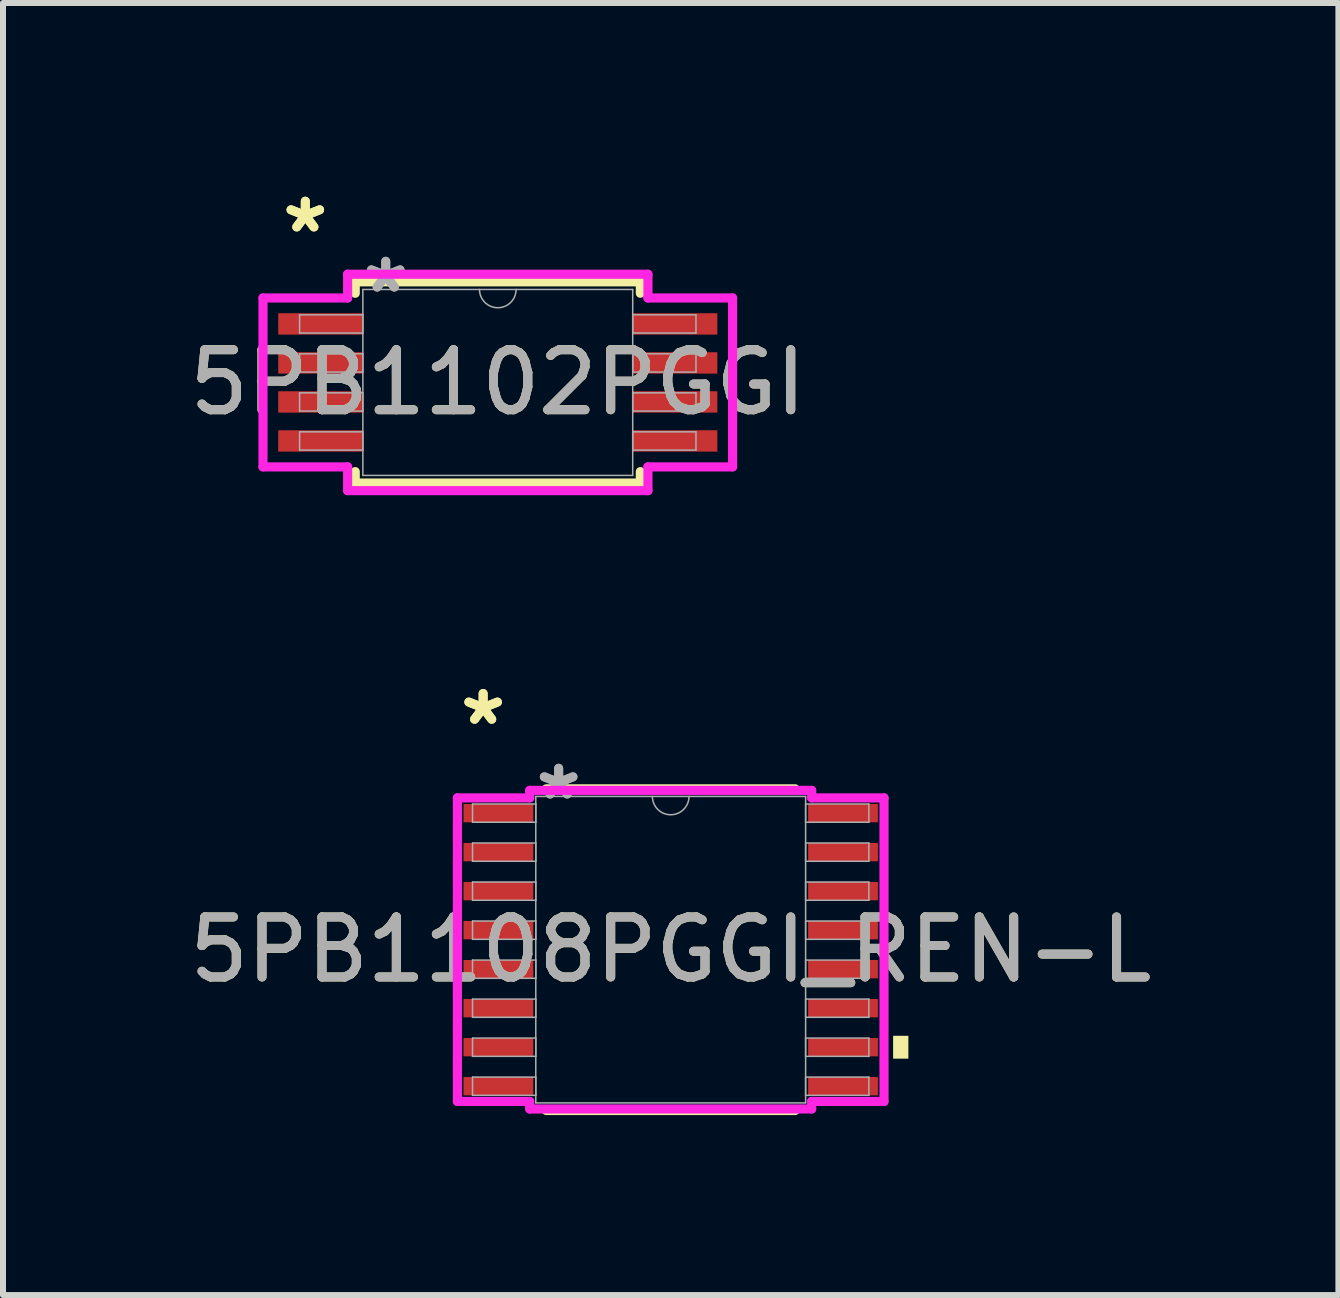
<source format=kicad_pcb>
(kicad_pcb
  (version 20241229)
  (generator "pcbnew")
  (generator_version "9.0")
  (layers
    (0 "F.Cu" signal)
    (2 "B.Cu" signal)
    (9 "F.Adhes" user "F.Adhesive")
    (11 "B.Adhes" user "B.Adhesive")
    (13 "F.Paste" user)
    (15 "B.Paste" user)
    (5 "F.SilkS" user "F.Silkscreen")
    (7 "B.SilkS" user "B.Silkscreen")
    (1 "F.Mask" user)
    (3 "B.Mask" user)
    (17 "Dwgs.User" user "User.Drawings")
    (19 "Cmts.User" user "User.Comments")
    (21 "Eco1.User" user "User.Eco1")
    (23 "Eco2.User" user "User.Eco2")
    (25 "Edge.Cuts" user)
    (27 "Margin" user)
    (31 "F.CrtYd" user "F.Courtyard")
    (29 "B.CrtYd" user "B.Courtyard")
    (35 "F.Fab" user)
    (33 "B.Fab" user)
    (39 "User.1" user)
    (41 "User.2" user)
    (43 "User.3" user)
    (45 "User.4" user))
  (footprint "5PB1108PGGI_REN-L"
    (layer "F.Cu")
    (at 8.125 12.773)
    (property "Reference" "5PB1108PGGI_REN-L" (at 0 0 0) (unlocked yes) (layer "F.SilkS") (effects (font (size 1 1) (thickness 0.15))))
    (attr smd)
    (fp_line (start -2.073 2.68) (end 2.073 2.68) (stroke (width 0.152) (type solid)) (layer "F.SilkS"))
    (fp_line (start 2.073 -2.68) (end -2.073 -2.68) (stroke (width 0.152) (type solid)) (layer "F.SilkS"))
    (fp_poly (pts (xy 3.96 1.435) (xy 3.96 1.816) (xy 3.706 1.816) (xy 3.706 1.435)) (stroke (width 0) (type solid)) (fill yes) (layer "F.SilkS"))
    (fp_line (start -3.554 -2.529) (end -2.349 -2.529) (stroke (width 0.152) (type solid)) (layer "F.CrtYd"))
    (fp_line (start -3.554 2.529) (end -3.554 -2.529) (stroke (width 0.152) (type solid)) (layer "F.CrtYd"))
    (fp_line (start -3.554 2.529) (end -2.349 2.529) (stroke (width 0.152) (type solid)) (layer "F.CrtYd"))
    (fp_line (start -2.349 -2.654) (end 2.349 -2.654) (stroke (width 0.152) (type solid)) (layer "F.CrtYd"))
    (fp_line (start -2.349 -2.529) (end -2.349 -2.654) (stroke (width 0.152) (type solid)) (layer "F.CrtYd"))
    (fp_line (start -2.349 2.654) (end -2.349 2.529) (stroke (width 0.152) (type solid)) (layer "F.CrtYd"))
    (fp_line (start 2.349 -2.654) (end 2.349 -2.529) (stroke (width 0.152) (type solid)) (layer "F.CrtYd"))
    (fp_line (start 2.349 2.529) (end 2.349 2.654) (stroke (width 0.152) (type solid)) (layer "F.CrtYd"))
    (fp_line (start 2.349 2.654) (end -2.349 2.654) (stroke (width 0.152) (type solid)) (layer "F.CrtYd"))
    (fp_line (start 3.554 -2.529) (end 2.349 -2.529) (stroke (width 0.152) (type solid)) (layer "F.CrtYd"))
    (fp_line (start 3.554 -2.529) (end 3.554 2.529) (stroke (width 0.152) (type solid)) (layer "F.CrtYd"))
    (fp_line (start 3.554 2.529) (end 2.349 2.529) (stroke (width 0.152) (type solid)) (layer "F.CrtYd"))
    (fp_line (start -3.302 -2.427) (end -3.302 -2.123) (stroke (width 0.025) (type solid)) (layer "F.Fab"))
    (fp_line (start -3.302 -2.123) (end -2.248 -2.123) (stroke (width 0.025) (type solid)) (layer "F.Fab"))
    (fp_line (start -3.302 -1.777) (end -3.302 -1.473) (stroke (width 0.025) (type solid)) (layer "F.Fab"))
    (fp_line (start -3.302 -1.473) (end -2.248 -1.473) (stroke (width 0.025) (type solid)) (layer "F.Fab"))
    (fp_line (start -3.302 -1.127) (end -3.302 -0.823) (stroke (width 0.025) (type solid)) (layer "F.Fab"))
    (fp_line (start -3.302 -0.823) (end -2.248 -0.823) (stroke (width 0.025) (type solid)) (layer "F.Fab"))
    (fp_line (start -3.302 -0.477) (end -3.302 -0.173) (stroke (width 0.025) (type solid)) (layer "F.Fab"))
    (fp_line (start -3.302 -0.173) (end -2.248 -0.173) (stroke (width 0.025) (type solid)) (layer "F.Fab"))
    (fp_line (start -3.302 0.173) (end -3.302 0.477) (stroke (width 0.025) (type solid)) (layer "F.Fab"))
    (fp_line (start -3.302 0.477) (end -2.248 0.477) (stroke (width 0.025) (type solid)) (layer "F.Fab"))
    (fp_line (start -3.302 0.823) (end -3.302 1.127) (stroke (width 0.025) (type solid)) (layer "F.Fab"))
    (fp_line (start -3.302 1.127) (end -2.248 1.127) (stroke (width 0.025) (type solid)) (layer "F.Fab"))
    (fp_line (start -3.302 1.473) (end -3.302 1.777) (stroke (width 0.025) (type solid)) (layer "F.Fab"))
    (fp_line (start -3.302 1.777) (end -2.248 1.777) (stroke (width 0.025) (type solid)) (layer "F.Fab"))
    (fp_line (start -3.302 2.123) (end -3.302 2.427) (stroke (width 0.025) (type solid)) (layer "F.Fab"))
    (fp_line (start -3.302 2.427) (end -2.248 2.427) (stroke (width 0.025) (type solid)) (layer "F.Fab"))
    (fp_line (start -2.248 -2.553) (end -2.248 2.553) (stroke (width 0.025) (type solid)) (layer "F.Fab"))
    (fp_line (start -2.248 -2.427) (end -3.302 -2.427) (stroke (width 0.025) (type solid)) (layer "F.Fab"))
    (fp_line (start -2.248 -2.123) (end -2.248 -2.427) (stroke (width 0.025) (type solid)) (layer "F.Fab"))
    (fp_line (start -2.248 -1.777) (end -3.302 -1.777) (stroke (width 0.025) (type solid)) (layer "F.Fab"))
    (fp_line (start -2.248 -1.473) (end -2.248 -1.777) (stroke (width 0.025) (type solid)) (layer "F.Fab"))
    (fp_line (start -2.248 -1.127) (end -3.302 -1.127) (stroke (width 0.025) (type solid)) (layer "F.Fab"))
    (fp_line (start -2.248 -0.823) (end -2.248 -1.127) (stroke (width 0.025) (type solid)) (layer "F.Fab"))
    (fp_line (start -2.248 -0.477) (end -3.302 -0.477) (stroke (width 0.025) (type solid)) (layer "F.Fab"))
    (fp_line (start -2.248 -0.173) (end -2.248 -0.477) (stroke (width 0.025) (type solid)) (layer "F.Fab"))
    (fp_line (start -2.248 0.173) (end -3.302 0.173) (stroke (width 0.025) (type solid)) (layer "F.Fab"))
    (fp_line (start -2.248 0.477) (end -2.248 0.173) (stroke (width 0.025) (type solid)) (layer "F.Fab"))
    (fp_line (start -2.248 0.823) (end -3.302 0.823) (stroke (width 0.025) (type solid)) (layer "F.Fab"))
    (fp_line (start -2.248 1.127) (end -2.248 0.823) (stroke (width 0.025) (type solid)) (layer "F.Fab"))
    (fp_line (start -2.248 1.473) (end -3.302 1.473) (stroke (width 0.025) (type solid)) (layer "F.Fab"))
    (fp_line (start -2.248 1.777) (end -2.248 1.473) (stroke (width 0.025) (type solid)) (layer "F.Fab"))
    (fp_line (start -2.248 2.123) (end -3.302 2.123) (stroke (width 0.025) (type solid)) (layer "F.Fab"))
    (fp_line (start -2.248 2.427) (end -2.248 2.123) (stroke (width 0.025) (type solid)) (layer "F.Fab"))
    (fp_line (start -2.248 2.553) (end 2.248 2.553) (stroke (width 0.025) (type solid)) (layer "F.Fab"))
    (fp_line (start 2.248 -2.553) (end -2.248 -2.553) (stroke (width 0.025) (type solid)) (layer "F.Fab"))
    (fp_line (start 2.248 -2.427) (end 2.248 -2.123) (stroke (width 0.025) (type solid)) (layer "F.Fab"))
    (fp_line (start 2.248 -2.123) (end 3.302 -2.123) (stroke (width 0.025) (type solid)) (layer "F.Fab"))
    (fp_line (start 2.248 -1.777) (end 2.248 -1.473) (stroke (width 0.025) (type solid)) (layer "F.Fab"))
    (fp_line (start 2.248 -1.473) (end 3.302 -1.473) (stroke (width 0.025) (type solid)) (layer "F.Fab"))
    (fp_line (start 2.248 -1.127) (end 2.248 -0.823) (stroke (width 0.025) (type solid)) (layer "F.Fab"))
    (fp_line (start 2.248 -0.823) (end 3.302 -0.823) (stroke (width 0.025) (type solid)) (layer "F.Fab"))
    (fp_line (start 2.248 -0.477) (end 2.248 -0.173) (stroke (width 0.025) (type solid)) (layer "F.Fab"))
    (fp_line (start 2.248 -0.173) (end 3.302 -0.173) (stroke (width 0.025) (type solid)) (layer "F.Fab"))
    (fp_line (start 2.248 0.173) (end 2.248 0.477) (stroke (width 0.025) (type solid)) (layer "F.Fab"))
    (fp_line (start 2.248 0.477) (end 3.302 0.477) (stroke (width 0.025) (type solid)) (layer "F.Fab"))
    (fp_line (start 2.248 0.823) (end 2.248 1.127) (stroke (width 0.025) (type solid)) (layer "F.Fab"))
    (fp_line (start 2.248 1.127) (end 3.302 1.127) (stroke (width 0.025) (type solid)) (layer "F.Fab"))
    (fp_line (start 2.248 1.473) (end 2.248 1.777) (stroke (width 0.025) (type solid)) (layer "F.Fab"))
    (fp_line (start 2.248 1.777) (end 3.302 1.777) (stroke (width 0.025) (type solid)) (layer "F.Fab"))
    (fp_line (start 2.248 2.123) (end 2.248 2.427) (stroke (width 0.025) (type solid)) (layer "F.Fab"))
    (fp_line (start 2.248 2.427) (end 3.302 2.427) (stroke (width 0.025) (type solid)) (layer "F.Fab"))
    (fp_line (start 2.248 2.553) (end 2.248 -2.553) (stroke (width 0.025) (type solid)) (layer "F.Fab"))
    (fp_line (start 3.302 -2.427) (end 2.248 -2.427) (stroke (width 0.025) (type solid)) (layer "F.Fab"))
    (fp_line (start 3.302 -2.123) (end 3.302 -2.427) (stroke (width 0.025) (type solid)) (layer "F.Fab"))
    (fp_line (start 3.302 -1.777) (end 2.248 -1.777) (stroke (width 0.025) (type solid)) (layer "F.Fab"))
    (fp_line (start 3.302 -1.473) (end 3.302 -1.777) (stroke (width 0.025) (type solid)) (layer "F.Fab"))
    (fp_line (start 3.302 -1.127) (end 2.248 -1.127) (stroke (width 0.025) (type solid)) (layer "F.Fab"))
    (fp_line (start 3.302 -0.823) (end 3.302 -1.127) (stroke (width 0.025) (type solid)) (layer "F.Fab"))
    (fp_line (start 3.302 -0.477) (end 2.248 -0.477) (stroke (width 0.025) (type solid)) (layer "F.Fab"))
    (fp_line (start 3.302 -0.173) (end 3.302 -0.477) (stroke (width 0.025) (type solid)) (layer "F.Fab"))
    (fp_line (start 3.302 0.173) (end 2.248 0.173) (stroke (width 0.025) (type solid)) (layer "F.Fab"))
    (fp_line (start 3.302 0.477) (end 3.302 0.173) (stroke (width 0.025) (type solid)) (layer "F.Fab"))
    (fp_line (start 3.302 0.823) (end 2.248 0.823) (stroke (width 0.025) (type solid)) (layer "F.Fab"))
    (fp_line (start 3.302 1.127) (end 3.302 0.823) (stroke (width 0.025) (type solid)) (layer "F.Fab"))
    (fp_line (start 3.302 1.473) (end 2.248 1.473) (stroke (width 0.025) (type solid)) (layer "F.Fab"))
    (fp_line (start 3.302 1.777) (end 3.302 1.473) (stroke (width 0.025) (type solid)) (layer "F.Fab"))
    (fp_line (start 3.302 2.123) (end 2.248 2.123) (stroke (width 0.025) (type solid)) (layer "F.Fab"))
    (fp_line (start 3.302 2.427) (end 3.302 2.123) (stroke (width 0.025) (type solid)) (layer "F.Fab"))
    (fp_arc (start 0.3048 -2.5527) (mid 0 -2.2479) (end -0.3048 -2.5527) (stroke (width 0.0254) (type solid)) (layer "F.Fab"))
    (fp_text user "*" (at -3.125 -3.723 0) (layer "F.SilkS") (effects (font (size 1 1) (thickness 0.15))))
    (fp_text user "*" (at -3.125 -3.723 0) (unlocked yes) (layer "F.SilkS") (effects (font (size 1 1) (thickness 0.15))))
    (fp_text user "*" (at -1.867 -2.477 0) (unlocked yes) (layer "F.Fab") (effects (font (size 1 1) (thickness 0.15))))
    (fp_text user "*" (at -1.867 -2.477 0) (layer "F.Fab") (effects (font (size 1 1) (thickness 0.15))))
    (fp_text user "${REFERENCE}" (at 0 0 0) (unlocked yes) (layer "F.Fab") (effects (font (size 1 1) (thickness 0.15))))
    (pad "1" smd rect (at -2.871 -2.275) (size 1.162 0.305) (layers "F.Cu" "F.Mask" "F.Paste"))
    (pad "2" smd rect (at -2.871 -1.625) (size 1.162 0.305) (layers "F.Cu" "F.Mask" "F.Paste"))
    (pad "3" smd rect (at -2.871 -0.975) (size 1.162 0.305) (layers "F.Cu" "F.Mask" "F.Paste"))
    (pad "4" smd rect (at -2.871 -0.325) (size 1.162 0.305) (layers "F.Cu" "F.Mask" "F.Paste"))
    (pad "5" smd rect (at -2.871 0.325) (size 1.162 0.305) (layers "F.Cu" "F.Mask" "F.Paste"))
    (pad "6" smd rect (at -2.871 0.975) (size 1.162 0.305) (layers "F.Cu" "F.Mask" "F.Paste"))
    (pad "7" smd rect (at -2.871 1.625) (size 1.162 0.305) (layers "F.Cu" "F.Mask" "F.Paste"))
    (pad "8" smd rect (at -2.871 2.275) (size 1.162 0.305) (layers "F.Cu" "F.Mask" "F.Paste"))
    (pad "9" smd rect (at 2.871 2.275) (size 1.162 0.305) (layers "F.Cu" "F.Mask" "F.Paste"))
    (pad "10" smd rect (at 2.871 1.625) (size 1.162 0.305) (layers "F.Cu" "F.Mask" "F.Paste"))
    (pad "11" smd rect (at 2.871 0.975) (size 1.162 0.305) (layers "F.Cu" "F.Mask" "F.Paste"))
    (pad "12" smd rect (at 2.871 0.325) (size 1.162 0.305) (layers "F.Cu" "F.Mask" "F.Paste"))
    (pad "13" smd rect (at 2.871 -0.325) (size 1.162 0.305) (layers "F.Cu" "F.Mask" "F.Paste"))
    (pad "14" smd rect (at 2.871 -0.975) (size 1.162 0.305) (layers "F.Cu" "F.Mask" "F.Paste"))
    (pad "15" smd rect (at 2.871 -1.625) (size 1.162 0.305) (layers "F.Cu" "F.Mask" "F.Paste"))
    (pad "16" smd rect (at 2.871 -2.275) (size 1.162 0.305) (layers "F.Cu" "F.Mask" "F.Paste")))
  (footprint "5PB1102PGGI"
    (layer "F.Cu")
    (at 5.244 3.322)
    (property "Reference" "5PB1102PGGI" (at 0 0 0) (unlocked yes) (layer "F.SilkS") (effects (font (size 1 1) (thickness 0.15))))
    (attr smd)
    (fp_line (start -2.375 -1.676) (end -2.375 -1.486) (stroke (width 0.152) (type solid)) (layer "F.SilkS"))
    (fp_line (start -2.375 1.486) (end -2.375 1.676) (stroke (width 0.152) (type solid)) (layer "F.SilkS"))
    (fp_line (start -2.375 1.676) (end 2.375 1.676) (stroke (width 0.152) (type solid)) (layer "F.SilkS"))
    (fp_line (start 2.375 -1.676) (end -2.375 -1.676) (stroke (width 0.152) (type solid)) (layer "F.SilkS"))
    (fp_line (start 2.375 -1.486) (end 2.375 -1.676) (stroke (width 0.152) (type solid)) (layer "F.SilkS"))
    (fp_line (start 2.375 1.676) (end 2.375 1.486) (stroke (width 0.152) (type solid)) (layer "F.SilkS"))
    (fp_line (start -3.912 -1.407) (end -2.502 -1.407) (stroke (width 0.152) (type solid)) (layer "F.CrtYd"))
    (fp_line (start -3.912 1.407) (end -3.912 -1.407) (stroke (width 0.152) (type solid)) (layer "F.CrtYd"))
    (fp_line (start -3.912 1.407) (end -2.502 1.407) (stroke (width 0.152) (type solid)) (layer "F.CrtYd"))
    (fp_line (start -2.502 -1.803) (end 2.502 -1.803) (stroke (width 0.152) (type solid)) (layer "F.CrtYd"))
    (fp_line (start -2.502 -1.407) (end -2.502 -1.803) (stroke (width 0.152) (type solid)) (layer "F.CrtYd"))
    (fp_line (start -2.502 1.803) (end -2.502 1.407) (stroke (width 0.152) (type solid)) (layer "F.CrtYd"))
    (fp_line (start 2.502 -1.803) (end 2.502 -1.407) (stroke (width 0.152) (type solid)) (layer "F.CrtYd"))
    (fp_line (start 2.502 1.407) (end 2.502 1.803) (stroke (width 0.152) (type solid)) (layer "F.CrtYd"))
    (fp_line (start 2.502 1.803) (end -2.502 1.803) (stroke (width 0.152) (type solid)) (layer "F.CrtYd"))
    (fp_line (start 3.912 -1.407) (end 2.502 -1.407) (stroke (width 0.152) (type solid)) (layer "F.CrtYd"))
    (fp_line (start 3.912 -1.407) (end 3.912 1.407) (stroke (width 0.152) (type solid)) (layer "F.CrtYd"))
    (fp_line (start 3.912 1.407) (end 2.502 1.407) (stroke (width 0.152) (type solid)) (layer "F.CrtYd"))
    (fp_line (start -3.302 -1.127) (end -3.302 -0.823) (stroke (width 0.025) (type solid)) (layer "F.Fab"))
    (fp_line (start -3.302 -0.823) (end -2.248 -0.823) (stroke (width 0.025) (type solid)) (layer "F.Fab"))
    (fp_line (start -3.302 -0.477) (end -3.302 -0.173) (stroke (width 0.025) (type solid)) (layer "F.Fab"))
    (fp_line (start -3.302 -0.173) (end -2.248 -0.173) (stroke (width 0.025) (type solid)) (layer "F.Fab"))
    (fp_line (start -3.302 0.173) (end -3.302 0.477) (stroke (width 0.025) (type solid)) (layer "F.Fab"))
    (fp_line (start -3.302 0.477) (end -2.248 0.477) (stroke (width 0.025) (type solid)) (layer "F.Fab"))
    (fp_line (start -3.302 0.823) (end -3.302 1.127) (stroke (width 0.025) (type solid)) (layer "F.Fab"))
    (fp_line (start -3.302 1.127) (end -2.248 1.127) (stroke (width 0.025) (type solid)) (layer "F.Fab"))
    (fp_line (start -2.248 -1.549) (end -2.248 1.549) (stroke (width 0.025) (type solid)) (layer "F.Fab"))
    (fp_line (start -2.248 -1.127) (end -3.302 -1.127) (stroke (width 0.025) (type solid)) (layer "F.Fab"))
    (fp_line (start -2.248 -0.823) (end -2.248 -1.127) (stroke (width 0.025) (type solid)) (layer "F.Fab"))
    (fp_line (start -2.248 -0.477) (end -3.302 -0.477) (stroke (width 0.025) (type solid)) (layer "F.Fab"))
    (fp_line (start -2.248 -0.173) (end -2.248 -0.477) (stroke (width 0.025) (type solid)) (layer "F.Fab"))
    (fp_line (start -2.248 0.173) (end -3.302 0.173) (stroke (width 0.025) (type solid)) (layer "F.Fab"))
    (fp_line (start -2.248 0.477) (end -2.248 0.173) (stroke (width 0.025) (type solid)) (layer "F.Fab"))
    (fp_line (start -2.248 0.823) (end -3.302 0.823) (stroke (width 0.025) (type solid)) (layer "F.Fab"))
    (fp_line (start -2.248 1.127) (end -2.248 0.823) (stroke (width 0.025) (type solid)) (layer "F.Fab"))
    (fp_line (start -2.248 1.549) (end 2.248 1.549) (stroke (width 0.025) (type solid)) (layer "F.Fab"))
    (fp_line (start 2.248 -1.549) (end -2.248 -1.549) (stroke (width 0.025) (type solid)) (layer "F.Fab"))
    (fp_line (start 2.248 -1.127) (end 2.248 -0.823) (stroke (width 0.025) (type solid)) (layer "F.Fab"))
    (fp_line (start 2.248 -0.823) (end 3.302 -0.823) (stroke (width 0.025) (type solid)) (layer "F.Fab"))
    (fp_line (start 2.248 -0.477) (end 2.248 -0.173) (stroke (width 0.025) (type solid)) (layer "F.Fab"))
    (fp_line (start 2.248 -0.173) (end 3.302 -0.173) (stroke (width 0.025) (type solid)) (layer "F.Fab"))
    (fp_line (start 2.248 0.173) (end 2.248 0.477) (stroke (width 0.025) (type solid)) (layer "F.Fab"))
    (fp_line (start 2.248 0.477) (end 3.302 0.477) (stroke (width 0.025) (type solid)) (layer "F.Fab"))
    (fp_line (start 2.248 0.823) (end 2.248 1.127) (stroke (width 0.025) (type solid)) (layer "F.Fab"))
    (fp_line (start 2.248 1.127) (end 3.302 1.127) (stroke (width 0.025) (type solid)) (layer "F.Fab"))
    (fp_line (start 2.248 1.549) (end 2.248 -1.549) (stroke (width 0.025) (type solid)) (layer "F.Fab"))
    (fp_line (start 3.302 -1.127) (end 2.248 -1.127) (stroke (width 0.025) (type solid)) (layer "F.Fab"))
    (fp_line (start 3.302 -0.823) (end 3.302 -1.127) (stroke (width 0.025) (type solid)) (layer "F.Fab"))
    (fp_line (start 3.302 -0.477) (end 2.248 -0.477) (stroke (width 0.025) (type solid)) (layer "F.Fab"))
    (fp_line (start 3.302 -0.173) (end 3.302 -0.477) (stroke (width 0.025) (type solid)) (layer "F.Fab"))
    (fp_line (start 3.302 0.173) (end 2.248 0.173) (stroke (width 0.025) (type solid)) (layer "F.Fab"))
    (fp_line (start 3.302 0.477) (end 3.302 0.173) (stroke (width 0.025) (type solid)) (layer "F.Fab"))
    (fp_line (start 3.302 0.823) (end 2.248 0.823) (stroke (width 0.025) (type solid)) (layer "F.Fab"))
    (fp_line (start 3.302 1.127) (end 3.302 0.823) (stroke (width 0.025) (type solid)) (layer "F.Fab"))
    (fp_arc (start 0.3048 -1.5494) (mid 0 -1.2446) (end -0.3048 -1.5494) (stroke (width 0.0254) (type solid)) (layer "F.Fab"))
    (fp_text user "*" (at -3.207 -2.474 0) (unlocked yes) (layer "F.SilkS") (effects (font (size 1 1) (thickness 0.15))))
    (fp_text user "*" (at -3.207 -2.474 0) (layer "F.SilkS") (effects (font (size 1 1) (thickness 0.15))))
    (fp_text user "${REFERENCE}" (at 0 0 0) (unlocked yes) (layer "F.Fab") (effects (font (size 1 1) (thickness 0.15))))
    (fp_text user "*" (at -1.867 -1.473 0) (layer "F.Fab") (effects (font (size 1 1) (thickness 0.15))))
    (fp_text user "*" (at -1.867 -1.473 0) (unlocked yes) (layer "F.Fab") (effects (font (size 1 1) (thickness 0.15))))
    (pad "1" smd rect (at -2.953 -0.975) (size 1.41 0.356) (layers "F.Cu" "F.Mask" "F.Paste"))
    (pad "2" smd rect (at -2.953 -0.325) (size 1.41 0.356) (layers "F.Cu" "F.Mask" "F.Paste"))
    (pad "3" smd rect (at -2.953 0.325) (size 1.41 0.356) (layers "F.Cu" "F.Mask" "F.Paste"))
    (pad "4" smd rect (at -2.953 0.975) (size 1.41 0.356) (layers "F.Cu" "F.Mask" "F.Paste"))
    (pad "5" smd rect (at 2.953 0.975) (size 1.41 0.356) (layers "F.Cu" "F.Mask" "F.Paste"))
    (pad "6" smd rect (at 2.953 0.325) (size 1.41 0.356) (layers "F.Cu" "F.Mask" "F.Paste"))
    (pad "7" smd rect (at 2.953 -0.325) (size 1.41 0.356) (layers "F.Cu" "F.Mask" "F.Paste"))
    (pad "8" smd rect (at 2.953 -0.975) (size 1.41 0.356) (layers "F.Cu" "F.Mask" "F.Paste")))
  (gr_rect
    (start -3 -3)
    (end 19.25 18.528)
    (stroke (width 0.1) (type default))
    (fill no)
    (layer "Edge.Cuts")))
</source>
